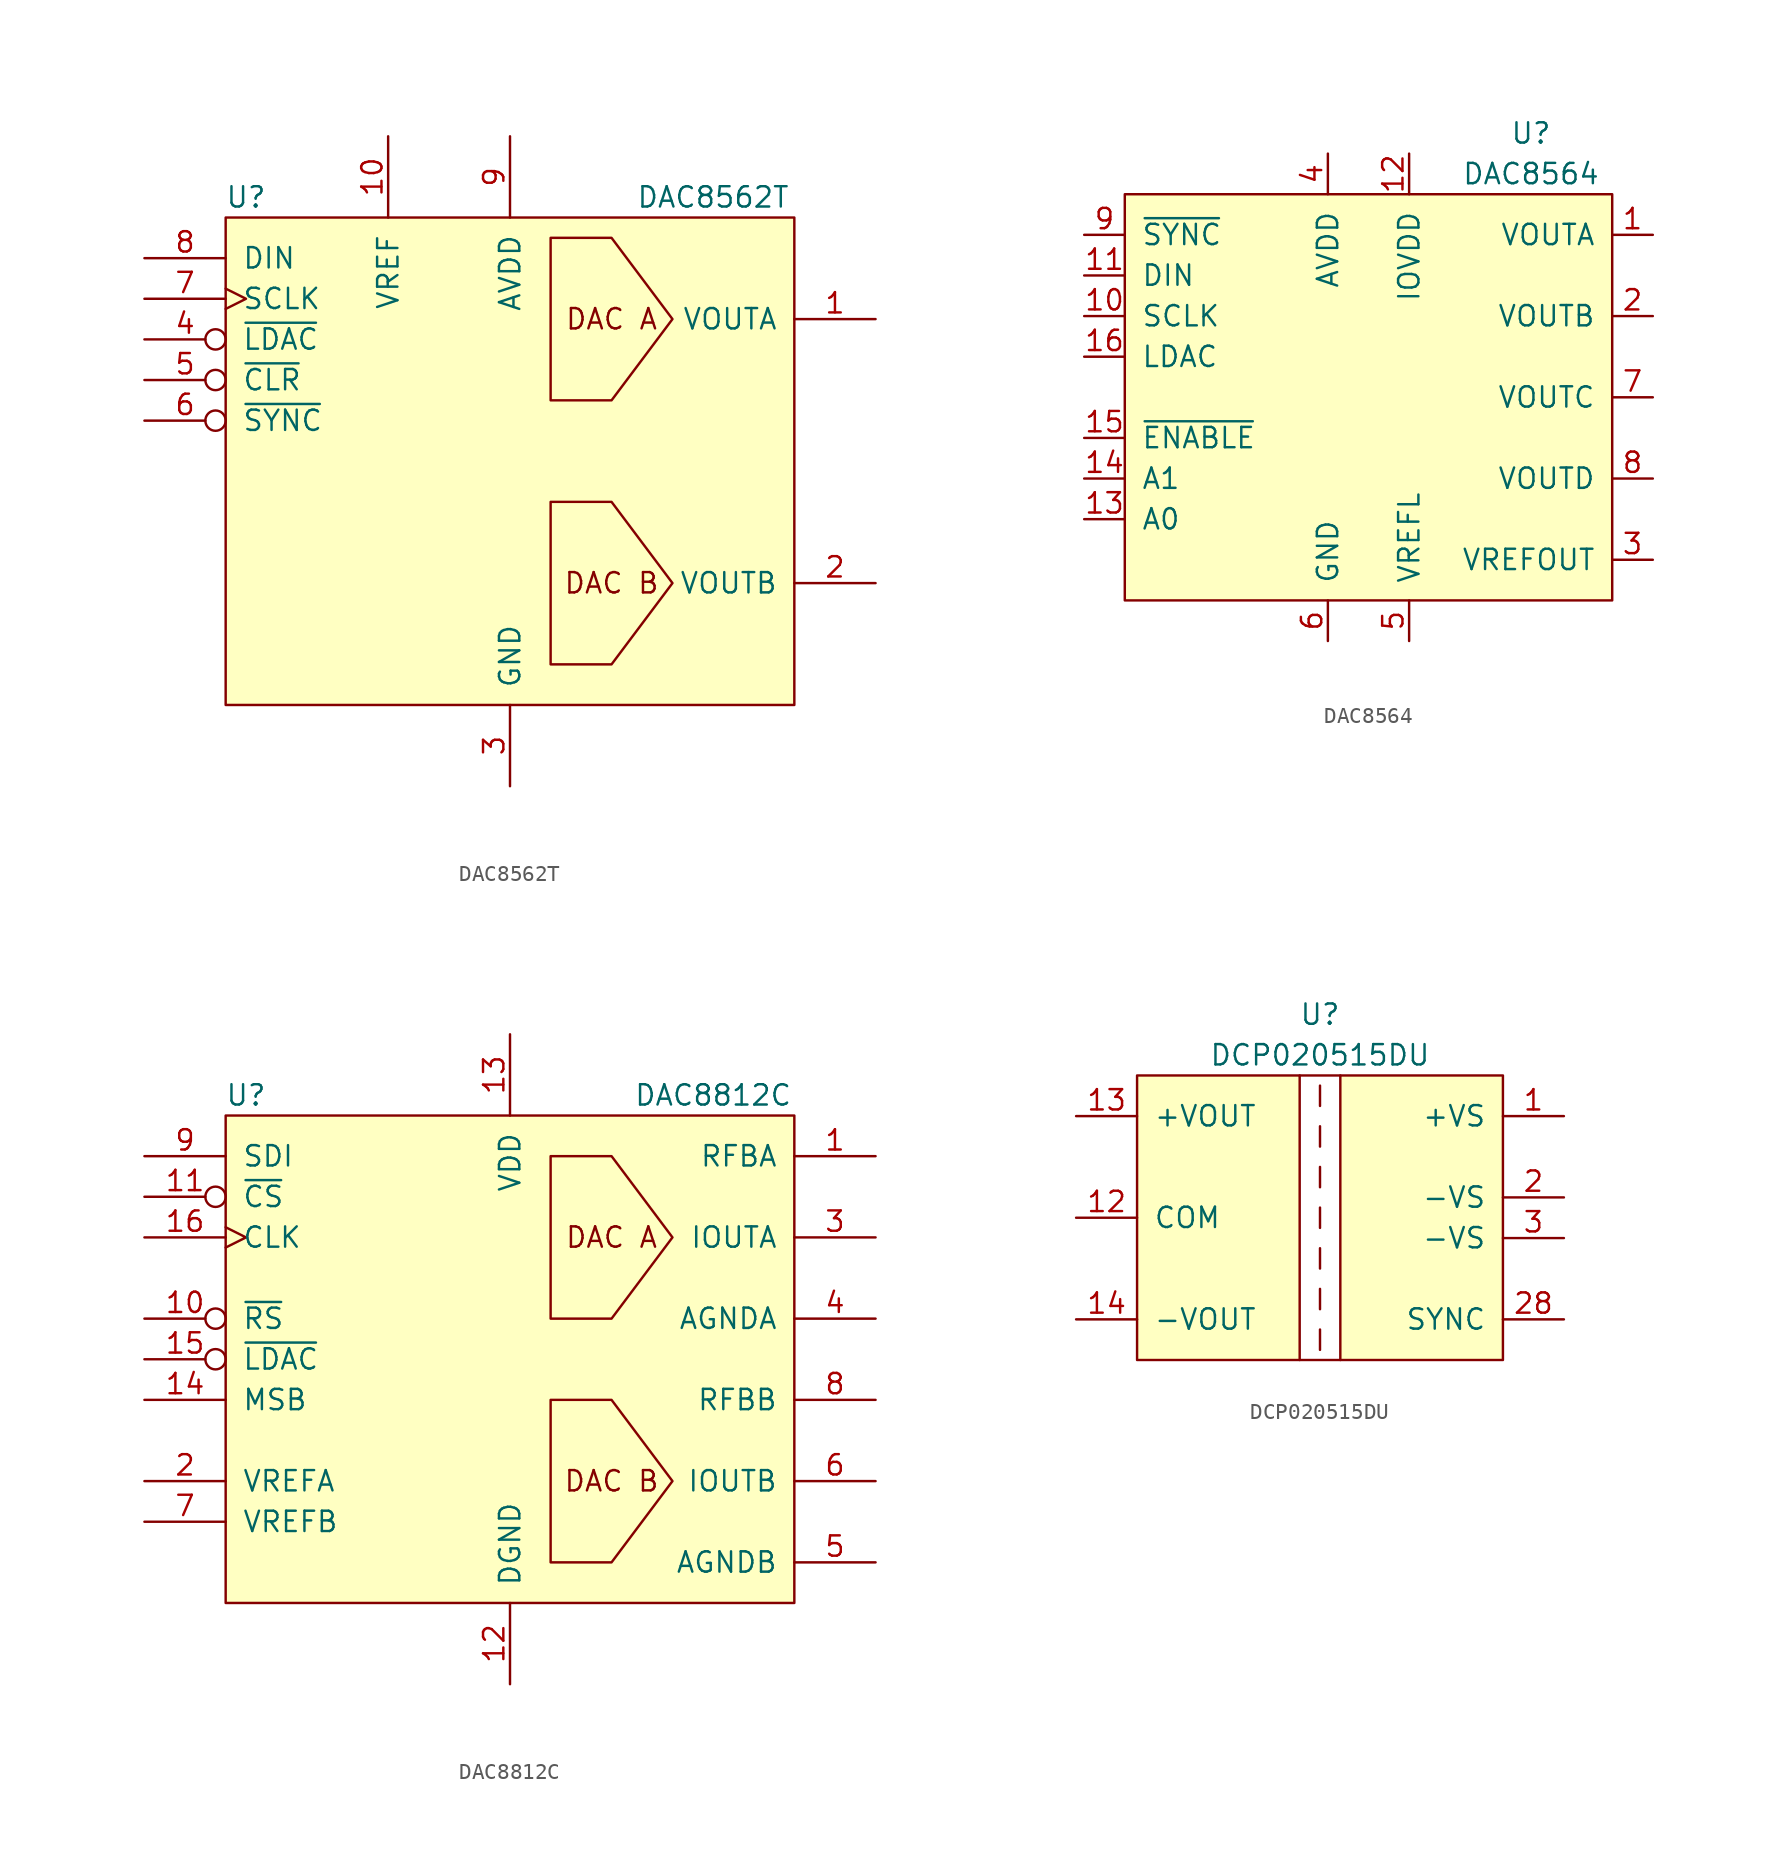
<source format=kicad_sym>
(kicad_symbol_lib
  (version 20211014)
  (generator kicad_symbol_editor)
  (symbol "DAC8562T"
    (pin_names
      (offset 1.016))
    (property "Reference" "U"
      (at -16.51 16.51 0)
      (effects (font (size 1.27 1.27))))
    (property "Value" "DAC8562T"
      (at 12.7 16.51 0)
      (effects (font (size 1.27 1.27))))
    (symbol "DAC8562T_1_1"
      (rectangle (start -17.78 15.24) (end 17.78 -15.24) (stroke (width 0) (type default) (color 0 0 0 0)) (fill (type background)))
      (polyline (pts (xy 10.16 -7.62) (xy 6.35 -2.54) (xy 2.54 -2.54) (xy 2.54 -12.7) (xy 6.35 -12.7) (xy 10.16 -7.62)) (stroke (width 0) (type default) (color 0 0 0 0)) (fill (type none)))
      (polyline (pts (xy 10.16 8.89) (xy 6.35 13.97) (xy 2.54 13.97) (xy 2.54 3.81) (xy 6.35 3.81) (xy 10.16 8.89)) (stroke (width 0) (type default) (color 0 0 0 0)) (fill (type none)))
      (text "DAC A" (at 6.35 8.89 0) (effects (font (size 1.27 1.27))))
      (text "DAC B" (at 6.35 -7.62 0) (effects (font (size 1.27 1.27))))
      (pin output line (at 22.86 8.89 180) (length 5.08) (name "VOUTA" (effects (font (size 1.27 1.27)))) (number "1" (effects (font (size 1.27 1.27)))))
      (pin passive line (at -7.62 20.32 270) (length 5.08) (name "VREF" (effects (font (size 1.27 1.27)))) (number "10" (effects (font (size 1.27 1.27)))))
      (pin output line (at 22.86 -7.62 180) (length 5.08) (name "VOUTB" (effects (font (size 1.27 1.27)))) (number "2" (effects (font (size 1.27 1.27)))))
      (pin passive line (at 0 -20.32 90) (length 5.08) (name "GND" (effects (font (size 1.27 1.27)))) (number "3" (effects (font (size 1.27 1.27)))))
      (pin input inverted (at -22.86 7.62 0) (length 5.08) (name "~{LDAC}" (effects (font (size 1.27 1.27)))) (number "4" (effects (font (size 1.27 1.27)))))
      (pin input inverted (at -22.86 5.08 0) (length 5.08) (name "~{CLR}" (effects (font (size 1.27 1.27)))) (number "5" (effects (font (size 1.27 1.27)))))
      (pin input inverted (at -22.86 2.54 0) (length 5.08) (name "~{SYNC}" (effects (font (size 1.27 1.27)))) (number "6" (effects (font (size 1.27 1.27)))))
      (pin input clock (at -22.86 10.16 0) (length 5.08) (name "SCLK" (effects (font (size 1.27 1.27)))) (number "7" (effects (font (size 1.27 1.27)))))
      (pin input line (at -22.86 12.7 0) (length 5.08) (name "DIN" (effects (font (size 1.27 1.27)))) (number "8" (effects (font (size 1.27 1.27)))))
      (pin passive line (at 0 20.32 270) (length 5.08) (name "AVDD" (effects (font (size 1.27 1.27)))) (number "9" (effects (font (size 1.27 1.27)))))))
  (symbol "DAC8564"
    (pin_names
      (offset 1.016))
    (property "Reference" "U"
      (at 10.16 16.51 0)
      (effects (font (size 1.27 1.27))))
    (property "Value" "DAC8564"
      (at 10.16 13.97 0)
      (effects (font (size 1.27 1.27))))
    (symbol "DAC8564_0_1"
      (rectangle (start 15.24 -12.7) (end -15.24 12.7) (stroke (width 0) (type default) (color 0 0 0 0)) (fill (type background))))
    (symbol "DAC8564_1_1"
      (pin output line (at 17.78 10.16 180) (length 2.54) (name "VOUTA" (effects (font (size 1.27 1.27)))) (number "1" (effects (font (size 1.27 1.27)))))
      (pin input line (at -17.78 5.08 0) (length 2.54) (name "SCLK" (effects (font (size 1.27 1.27)))) (number "10" (effects (font (size 1.27 1.27)))))
      (pin input line (at -17.78 7.62 0) (length 2.54) (name "DIN" (effects (font (size 1.27 1.27)))) (number "11" (effects (font (size 1.27 1.27)))))
      (pin passive line (at 2.54 15.24 270) (length 2.54) (name "IOVDD" (effects (font (size 1.27 1.27)))) (number "12" (effects (font (size 1.27 1.27)))))
      (pin input line (at -17.78 -7.62 0) (length 2.54) (name "A0" (effects (font (size 1.27 1.27)))) (number "13" (effects (font (size 1.27 1.27)))))
      (pin input line (at -17.78 -5.08 0) (length 2.54) (name "A1" (effects (font (size 1.27 1.27)))) (number "14" (effects (font (size 1.27 1.27)))))
      (pin input line (at -17.78 -2.54 0) (length 2.54) (name "~{ENABLE}" (effects (font (size 1.27 1.27)))) (number "15" (effects (font (size 1.27 1.27)))))
      (pin input line (at -17.78 2.54 0) (length 2.54) (name "LDAC" (effects (font (size 1.27 1.27)))) (number "16" (effects (font (size 1.27 1.27)))))
      (pin output line (at 17.78 5.08 180) (length 2.54) (name "VOUTB" (effects (font (size 1.27 1.27)))) (number "2" (effects (font (size 1.27 1.27)))))
      (pin output line (at 17.78 -10.16 180) (length 2.54) (name "VREFOUT" (effects (font (size 1.27 1.27)))) (number "3" (effects (font (size 1.27 1.27)))))
      (pin passive line (at -2.54 15.24 270) (length 2.54) (name "AVDD" (effects (font (size 1.27 1.27)))) (number "4" (effects (font (size 1.27 1.27)))))
      (pin passive line (at 2.54 -15.24 90) (length 2.54) (name "VREFL" (effects (font (size 1.27 1.27)))) (number "5" (effects (font (size 1.27 1.27)))))
      (pin passive line (at -2.54 -15.24 90) (length 2.54) (name "GND" (effects (font (size 1.27 1.27)))) (number "6" (effects (font (size 1.27 1.27)))))
      (pin output line (at 17.78 0 180) (length 2.54) (name "VOUTC" (effects (font (size 1.27 1.27)))) (number "7" (effects (font (size 1.27 1.27)))))
      (pin output line (at 17.78 -5.08 180) (length 2.54) (name "VOUTD" (effects (font (size 1.27 1.27)))) (number "8" (effects (font (size 1.27 1.27)))))
      (pin input line (at -17.78 10.16 0) (length 2.54) (name "~{SYNC}" (effects (font (size 1.27 1.27)))) (number "9" (effects (font (size 1.27 1.27)))))))
  (symbol "DAC8812C"
    (pin_names
      (offset 1.016))
    (property "Reference" "U"
      (at -16.51 16.51 0)
      (effects (font (size 1.27 1.27))))
    (property "Value" "DAC8812C"
      (at 12.7 16.51 0)
      (effects (font (size 1.27 1.27))))
    (symbol "DAC8812C_0_0"
      (rectangle (start -17.78 15.24) (end 17.78 -15.24) (stroke (width 0) (type default) (color 0 0 0 0)) (fill (type background)))
      (text "DAC A" (at 6.35 7.62 0) (effects (font (size 1.27 1.27)))))
    (symbol "DAC8812C_0_1"
      (polyline (pts (xy 10.16 7.62) (xy 6.35 12.7) (xy 2.54 12.7) (xy 2.54 2.54) (xy 6.35 2.54) (xy 10.16 7.62)) (stroke (width 0) (type default) (color 0 0 0 0)) (fill (type none))))
    (symbol "DAC8812C_1_1"
      (polyline (pts (xy 10.16 -7.62) (xy 6.35 -2.54) (xy 2.54 -2.54) (xy 2.54 -12.7) (xy 6.35 -12.7) (xy 10.16 -7.62)) (stroke (width 0) (type default) (color 0 0 0 0)) (fill (type none)))
      (text "DAC B" (at 6.35 -7.62 0) (effects (font (size 1.27 1.27))))
      (pin input line (at 22.86 12.7 180) (length 5.08) (name "RFBA" (effects (font (size 1.27 1.27)))) (number "1" (effects (font (size 1.27 1.27)))))
      (pin input inverted (at -22.86 2.54 0) (length 5.08) (name "~{RS}" (effects (font (size 1.27 1.27)))) (number "10" (effects (font (size 1.27 1.27)))))
      (pin input inverted (at -22.86 10.16 0) (length 5.08) (name "~{CS}" (effects (font (size 1.27 1.27)))) (number "11" (effects (font (size 1.27 1.27)))))
      (pin passive line (at 0 -20.32 90) (length 5.08) (name "DGND" (effects (font (size 1.27 1.27)))) (number "12" (effects (font (size 1.27 1.27)))))
      (pin passive line (at 0 20.32 270) (length 5.08) (name "VDD" (effects (font (size 1.27 1.27)))) (number "13" (effects (font (size 1.27 1.27)))))
      (pin input line (at -22.86 -2.54 0) (length 5.08) (name "MSB" (effects (font (size 1.27 1.27)))) (number "14" (effects (font (size 1.27 1.27)))))
      (pin input inverted (at -22.86 0 0) (length 5.08) (name "~{LDAC}" (effects (font (size 1.27 1.27)))) (number "15" (effects (font (size 1.27 1.27)))))
      (pin input clock (at -22.86 7.62 0) (length 5.08) (name "CLK" (effects (font (size 1.27 1.27)))) (number "16" (effects (font (size 1.27 1.27)))))
      (pin passive line (at -22.86 -7.62 0) (length 5.08) (name "VREFA" (effects (font (size 1.27 1.27)))) (number "2" (effects (font (size 1.27 1.27)))))
      (pin input line (at 22.86 7.62 180) (length 5.08) (name "IOUTA" (effects (font (size 1.27 1.27)))) (number "3" (effects (font (size 1.27 1.27)))))
      (pin passive line (at 22.86 2.54 180) (length 5.08) (name "AGNDA" (effects (font (size 1.27 1.27)))) (number "4" (effects (font (size 1.27 1.27)))))
      (pin passive line (at 22.86 -12.7 180) (length 5.08) (name "AGNDB" (effects (font (size 1.27 1.27)))) (number "5" (effects (font (size 1.27 1.27)))))
      (pin input line (at 22.86 -7.62 180) (length 5.08) (name "IOUTB" (effects (font (size 1.27 1.27)))) (number "6" (effects (font (size 1.27 1.27)))))
      (pin passive line (at -22.86 -10.16 0) (length 5.08) (name "VREFB" (effects (font (size 1.27 1.27)))) (number "7" (effects (font (size 1.27 1.27)))))
      (pin input line (at 22.86 -2.54 180) (length 5.08) (name "RFBB" (effects (font (size 1.27 1.27)))) (number "8" (effects (font (size 1.27 1.27)))))
      (pin input line (at -22.86 12.7 0) (length 5.08) (name "SDI" (effects (font (size 1.27 1.27)))) (number "9" (effects (font (size 1.27 1.27)))))))
  (symbol "DCP020515DU"
    (pin_names
      (offset 1.016))
    (property "Reference" "U"
      (at 0 12.7 0)
      (effects (font (size 1.27 1.27))))
    (property "Value" "DCP020515DU"
      (at 0 10.16 0)
      (effects (font (size 1.27 1.27))))
    (symbol "DCP020515DU_0_1"
      (rectangle (start -11.43 8.89) (end -1.27 -8.89) (stroke (width 0) (type default) (color 0 0 0 0)) (fill (type background)))
      (polyline (pts (xy -1.27 -8.89) (xy 1.27 -8.89)) (stroke (width 0) (type default) (color 0 0 0 0)) (fill (type none)))
      (polyline (pts (xy -1.27 8.89) (xy 1.27 8.89)) (stroke (width 0) (type default) (color 0 0 0 0)) (fill (type none)))
      (polyline (pts (xy 0 -6.985) (xy 0 -8.255)) (stroke (width 0) (type default) (color 0 0 0 0)) (fill (type none)))
      (polyline (pts (xy 0 -4.445) (xy 0 -5.715)) (stroke (width 0) (type default) (color 0 0 0 0)) (fill (type none)))
      (polyline (pts (xy 0 -1.905) (xy 0 -3.175)) (stroke (width 0) (type default) (color 0 0 0 0)) (fill (type none)))
      (polyline (pts (xy 0 0.635) (xy 0 -0.635)) (stroke (width 0) (type default) (color 0 0 0 0)) (fill (type none)))
      (polyline (pts (xy 0 3.175) (xy 0 1.905)) (stroke (width 0) (type default) (color 0 0 0 0)) (fill (type none)))
      (polyline (pts (xy 0 5.715) (xy 0 4.445)) (stroke (width 0) (type default) (color 0 0 0 0)) (fill (type none)))
      (polyline (pts (xy 0 8.255) (xy 0 6.985)) (stroke (width 0) (type default) (color 0 0 0 0)) (fill (type none))))
    (symbol "DCP020515DU_1_1"
      (rectangle (start 1.27 8.89) (end 11.43 -8.89) (stroke (width 0) (type default) (color 0 0 0 0)) (fill (type background)))
      (pin passive line (at 15.24 6.35 180) (length 3.81) (name "+VS" (effects (font (size 1.27 1.27)))) (number "1" (effects (font (size 1.27 1.27)))))
      (pin passive line (at -15.24 0 0) (length 3.81) (name "COM" (effects (font (size 1.27 1.27)))) (number "12" (effects (font (size 1.27 1.27)))))
      (pin passive line (at -15.24 6.35 0) (length 3.81) (name "+VOUT" (effects (font (size 1.27 1.27)))) (number "13" (effects (font (size 1.27 1.27)))))
      (pin passive line (at -15.24 -6.35 0) (length 3.81) (name "-VOUT" (effects (font (size 1.27 1.27)))) (number "14" (effects (font (size 1.27 1.27)))))
      (pin passive line (at 15.24 1.27 180) (length 3.81) (name "-VS" (effects (font (size 1.27 1.27)))) (number "2" (effects (font (size 1.27 1.27)))))
      (pin passive line (at 15.24 -6.35 180) (length 3.81) (name "SYNC" (effects (font (size 1.27 1.27)))) (number "28" (effects (font (size 1.27 1.27)))))
      (pin passive line (at 15.24 -1.27 180) (length 3.81) (name "-VS" (effects (font (size 1.27 1.27)))) (number "3" (effects (font (size 1.27 1.27))))))))
</source>
